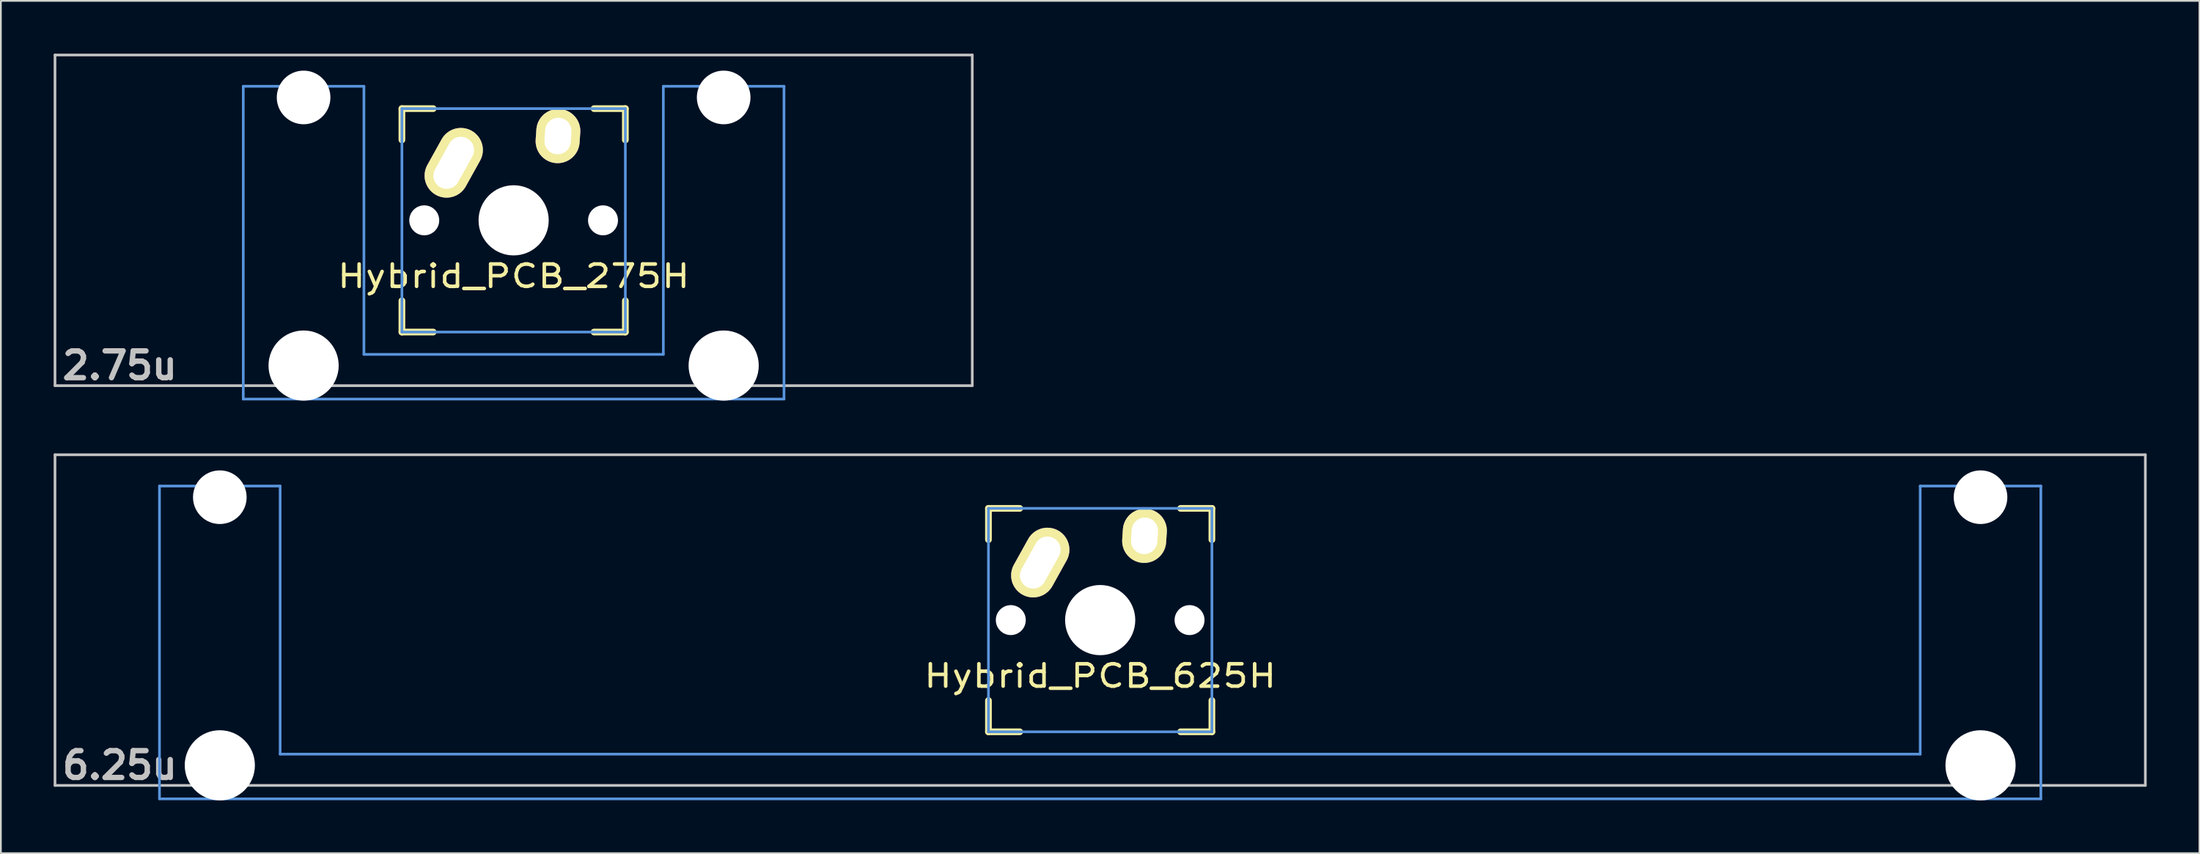
<source format=kicad_pcb>
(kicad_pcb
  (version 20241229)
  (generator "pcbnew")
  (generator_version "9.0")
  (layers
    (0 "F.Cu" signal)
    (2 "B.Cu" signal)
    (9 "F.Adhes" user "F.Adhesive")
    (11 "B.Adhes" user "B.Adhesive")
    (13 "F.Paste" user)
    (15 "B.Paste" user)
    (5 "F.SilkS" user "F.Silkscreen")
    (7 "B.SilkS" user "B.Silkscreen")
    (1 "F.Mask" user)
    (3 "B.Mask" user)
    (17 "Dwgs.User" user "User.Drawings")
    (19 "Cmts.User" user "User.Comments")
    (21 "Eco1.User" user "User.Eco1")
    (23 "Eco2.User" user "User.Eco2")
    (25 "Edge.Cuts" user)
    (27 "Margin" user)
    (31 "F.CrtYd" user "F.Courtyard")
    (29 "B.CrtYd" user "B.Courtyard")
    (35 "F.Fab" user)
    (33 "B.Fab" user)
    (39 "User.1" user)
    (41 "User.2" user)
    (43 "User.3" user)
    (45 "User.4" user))
  (footprint "Hybrid_PCB_625H"
    (layer "F.Cu")
    (at 59.482 32.197)
    (property "Reference" "Hybrid_PCB_625H" (at 0 3.175 0) (layer "F.SilkS") (effects (font (size 1.27 1.524) (thickness 0.203))))
    (attr through_hole)
    (fp_line (start -6.35 -6.35) (end -4.572 -6.35) (stroke (width 0.381) (type solid)) (layer "F.SilkS"))
    (fp_line (start -6.35 -4.572) (end -6.35 -6.35) (stroke (width 0.381) (type solid)) (layer "F.SilkS"))
    (fp_line (start -6.35 6.35) (end -6.35 4.572) (stroke (width 0.381) (type solid)) (layer "F.SilkS"))
    (fp_line (start -4.572 6.35) (end -6.35 6.35) (stroke (width 0.381) (type solid)) (layer "F.SilkS"))
    (fp_line (start 4.572 -6.35) (end 6.35 -6.35) (stroke (width 0.381) (type solid)) (layer "F.SilkS"))
    (fp_line (start 6.35 -6.35) (end 6.35 -4.572) (stroke (width 0.381) (type solid)) (layer "F.SilkS"))
    (fp_line (start 6.35 4.572) (end 6.35 6.35) (stroke (width 0.381) (type solid)) (layer "F.SilkS"))
    (fp_line (start 6.35 6.35) (end 4.572 6.35) (stroke (width 0.381) (type solid)) (layer "F.SilkS"))
    (fp_line (start -59.406 -9.398) (end 59.406 -9.398) (stroke (width 0.152) (type solid)) (layer "Dwgs.User"))
    (fp_line (start -59.406 9.398) (end -59.406 -9.398) (stroke (width 0.152) (type solid)) (layer "Dwgs.User"))
    (fp_line (start 59.406 -9.398) (end 59.406 9.398) (stroke (width 0.152) (type solid)) (layer "Dwgs.User"))
    (fp_line (start 59.406 9.398) (end -59.406 9.398) (stroke (width 0.152) (type solid)) (layer "Dwgs.User"))
    (fp_line (start -53.467 -7.62) (end -53.467 10.16) (stroke (width 0.152) (type solid)) (layer "Cmts.User"))
    (fp_line (start -53.467 10.16) (end 53.467 10.16) (stroke (width 0.152) (type solid)) (layer "Cmts.User"))
    (fp_line (start -46.609 -7.62) (end -53.467 -7.62) (stroke (width 0.152) (type solid)) (layer "Cmts.User"))
    (fp_line (start -46.609 7.62) (end -46.609 -7.62) (stroke (width 0.152) (type solid)) (layer "Cmts.User"))
    (fp_line (start -6.35 -6.35) (end 6.35 -6.35) (stroke (width 0.152) (type solid)) (layer "Cmts.User"))
    (fp_line (start -6.35 6.35) (end -6.35 -6.35) (stroke (width 0.152) (type solid)) (layer "Cmts.User"))
    (fp_line (start 6.35 -6.35) (end 6.35 6.35) (stroke (width 0.152) (type solid)) (layer "Cmts.User"))
    (fp_line (start 6.35 6.35) (end -6.35 6.35) (stroke (width 0.152) (type solid)) (layer "Cmts.User"))
    (fp_line (start 46.609 -7.62) (end 46.609 7.62) (stroke (width 0.152) (type solid)) (layer "Cmts.User"))
    (fp_line (start 46.609 7.62) (end -46.609 7.62) (stroke (width 0.152) (type solid)) (layer "Cmts.User"))
    (fp_line (start 53.467 -7.62) (end 46.609 -7.62) (stroke (width 0.152) (type solid)) (layer "Cmts.User"))
    (fp_line (start 53.467 10.16) (end 53.467 -7.62) (stroke (width 0.152) (type solid)) (layer "Cmts.User"))
    (fp_line (start -54.229 -2.286) (end -53.365 -2.286) (stroke (width 0.152) (type solid)) (layer "Eco2.User"))
    (fp_line (start -54.229 0.508) (end -54.229 -2.286) (stroke (width 0.152) (type solid)) (layer "Eco2.User"))
    (fp_line (start -53.365 -5.69) (end -46.711 -5.69) (stroke (width 0.152) (type solid)) (layer "Eco2.User"))
    (fp_line (start -53.365 -2.286) (end -53.365 -5.69) (stroke (width 0.152) (type solid)) (layer "Eco2.User"))
    (fp_line (start -53.365 0.508) (end -54.229 0.508) (stroke (width 0.152) (type solid)) (layer "Eco2.User"))
    (fp_line (start -53.365 6.604) (end -53.365 0.508) (stroke (width 0.152) (type solid)) (layer "Eco2.User"))
    (fp_line (start -52.324 6.604) (end -53.365 6.604) (stroke (width 0.152) (type solid)) (layer "Eco2.User"))
    (fp_line (start -52.324 7.772) (end -52.324 6.604) (stroke (width 0.152) (type solid)) (layer "Eco2.User"))
    (fp_line (start -47.752 6.604) (end -47.752 7.772) (stroke (width 0.152) (type solid)) (layer "Eco2.User"))
    (fp_line (start -47.752 7.772) (end -52.324 7.772) (stroke (width 0.152) (type solid)) (layer "Eco2.User"))
    (fp_line (start -46.711 -5.69) (end -46.711 -2.286) (stroke (width 0.152) (type solid)) (layer "Eco2.User"))
    (fp_line (start -46.711 -2.286) (end -6.985 -2.286) (stroke (width 0.152) (type solid)) (layer "Eco2.User"))
    (fp_line (start -46.711 2.286) (end -46.711 6.604) (stroke (width 0.152) (type solid)) (layer "Eco2.User"))
    (fp_line (start -46.711 6.604) (end -47.752 6.604) (stroke (width 0.152) (type solid)) (layer "Eco2.User"))
    (fp_line (start -6.985 -6.985) (end 6.985 -6.985) (stroke (width 0.152) (type solid)) (layer "Eco2.User"))
    (fp_line (start -6.985 -2.286) (end -6.985 -6.985) (stroke (width 0.152) (type solid)) (layer "Eco2.User"))
    (fp_line (start -6.985 2.286) (end -46.711 2.286) (stroke (width 0.152) (type solid)) (layer "Eco2.User"))
    (fp_line (start -6.985 6.985) (end -6.985 2.286) (stroke (width 0.152) (type solid)) (layer "Eco2.User"))
    (fp_line (start 6.985 -6.985) (end 6.985 -2.286) (stroke (width 0.152) (type solid)) (layer "Eco2.User"))
    (fp_line (start 6.985 -2.286) (end 46.711 -2.286) (stroke (width 0.152) (type solid)) (layer "Eco2.User"))
    (fp_line (start 6.985 2.286) (end 6.985 6.985) (stroke (width 0.152) (type solid)) (layer "Eco2.User"))
    (fp_line (start 6.985 6.985) (end -6.985 6.985) (stroke (width 0.152) (type solid)) (layer "Eco2.User"))
    (fp_line (start 46.711 -5.69) (end 53.365 -5.69) (stroke (width 0.152) (type solid)) (layer "Eco2.User"))
    (fp_line (start 46.711 -2.286) (end 46.711 -5.69) (stroke (width 0.152) (type solid)) (layer "Eco2.User"))
    (fp_line (start 46.711 2.286) (end 6.985 2.286) (stroke (width 0.152) (type solid)) (layer "Eco2.User"))
    (fp_line (start 46.711 6.604) (end 46.711 2.286) (stroke (width 0.152) (type solid)) (layer "Eco2.User"))
    (fp_line (start 47.752 6.604) (end 46.711 6.604) (stroke (width 0.152) (type solid)) (layer "Eco2.User"))
    (fp_line (start 47.752 7.772) (end 47.752 6.604) (stroke (width 0.152) (type solid)) (layer "Eco2.User"))
    (fp_line (start 52.324 6.604) (end 52.324 7.772) (stroke (width 0.152) (type solid)) (layer "Eco2.User"))
    (fp_line (start 52.324 7.772) (end 47.752 7.772) (stroke (width 0.152) (type solid)) (layer "Eco2.User"))
    (fp_line (start 53.365 -5.69) (end 53.365 -2.286) (stroke (width 0.152) (type solid)) (layer "Eco2.User"))
    (fp_line (start 53.365 -2.286) (end 54.229 -2.286) (stroke (width 0.152) (type solid)) (layer "Eco2.User"))
    (fp_line (start 53.365 0.508) (end 53.365 6.604) (stroke (width 0.152) (type solid)) (layer "Eco2.User"))
    (fp_line (start 53.365 6.604) (end 52.324 6.604) (stroke (width 0.152) (type solid)) (layer "Eco2.User"))
    (fp_line (start 54.229 -2.286) (end 54.229 0.508) (stroke (width 0.152) (type solid)) (layer "Eco2.User"))
    (fp_line (start 54.229 0.508) (end 53.365 0.508) (stroke (width 0.152) (type solid)) (layer "Eco2.User"))
    (fp_text user "6.25u" (at -55.723 8.255 0) (layer "Dwgs.User") (effects (font (size 1.524 1.524) (thickness 0.305))))
    (pad "" np_thru_hole circle (at -50.038 -6.985) (size 3.048 3.048) (drill 3.048) (layers "*.Cu"))
    (pad "" np_thru_hole circle (at -50.038 8.255) (size 3.988 3.988) (drill 3.988) (layers "*.Cu"))
    (pad "" np_thru_hole circle (at -5.08 0) (size 1.702 1.702) (drill 1.702) (layers "*.Cu"))
    (pad "" np_thru_hole circle (at 0 0) (size 3.988 3.988) (drill 3.988) (layers "*.Cu"))
    (pad "" np_thru_hole circle (at 5.08 0) (size 1.702 1.702) (drill 1.702) (layers "*.Cu"))
    (pad "" np_thru_hole circle (at 50.038 -6.985) (size 3.048 3.048) (drill 3.048) (layers "*.Cu"))
    (pad "" np_thru_hole circle (at 50.038 8.255) (size 3.988 3.988) (drill 3.988) (layers "*.Cu"))
    (pad "1" thru_hole oval (at -3.405 -3.27 330.95) (size 2.5 4.17) (drill oval 1.5 3.17) (layers "*.Cu" "*.Mask" "F.SilkS"))
    (pad "2" thru_hole oval (at 2.52 -4.79 356.1) (size 2.5 3.08) (drill oval 1.5 2.08) (layers "*.Cu" "*.Mask" "F.SilkS")))
  (footprint "Hybrid_PCB_275H"
    (layer "F.Cu")
    (at 26.144 9.474)
    (property "Reference" "Hybrid_PCB_275H" (at 0 3.175 0) (layer "F.SilkS") (effects (font (size 1.27 1.524) (thickness 0.203))))
    (attr through_hole)
    (fp_line (start -6.35 -6.35) (end -4.572 -6.35) (stroke (width 0.381) (type solid)) (layer "F.SilkS"))
    (fp_line (start -6.35 -4.572) (end -6.35 -6.35) (stroke (width 0.381) (type solid)) (layer "F.SilkS"))
    (fp_line (start -6.35 6.35) (end -6.35 4.572) (stroke (width 0.381) (type solid)) (layer "F.SilkS"))
    (fp_line (start -4.572 6.35) (end -6.35 6.35) (stroke (width 0.381) (type solid)) (layer "F.SilkS"))
    (fp_line (start 4.572 -6.35) (end 6.35 -6.35) (stroke (width 0.381) (type solid)) (layer "F.SilkS"))
    (fp_line (start 6.35 -6.35) (end 6.35 -4.572) (stroke (width 0.381) (type solid)) (layer "F.SilkS"))
    (fp_line (start 6.35 4.572) (end 6.35 6.35) (stroke (width 0.381) (type solid)) (layer "F.SilkS"))
    (fp_line (start 6.35 6.35) (end 4.572 6.35) (stroke (width 0.381) (type solid)) (layer "F.SilkS"))
    (fp_line (start -26.068 -9.398) (end 26.068 -9.398) (stroke (width 0.152) (type solid)) (layer "Dwgs.User"))
    (fp_line (start -26.068 9.398) (end -26.068 -9.398) (stroke (width 0.152) (type solid)) (layer "Dwgs.User"))
    (fp_line (start 26.068 -9.398) (end 26.068 9.398) (stroke (width 0.152) (type solid)) (layer "Dwgs.User"))
    (fp_line (start 26.068 9.398) (end -26.068 9.398) (stroke (width 0.152) (type solid)) (layer "Dwgs.User"))
    (fp_line (start -15.367 -7.62) (end -15.367 10.16) (stroke (width 0.152) (type solid)) (layer "Cmts.User"))
    (fp_line (start -15.367 10.16) (end 15.367 10.16) (stroke (width 0.152) (type solid)) (layer "Cmts.User"))
    (fp_line (start -8.509 -7.62) (end -15.367 -7.62) (stroke (width 0.152) (type solid)) (layer "Cmts.User"))
    (fp_line (start -8.509 7.62) (end -8.509 -7.62) (stroke (width 0.152) (type solid)) (layer "Cmts.User"))
    (fp_line (start -6.35 -6.35) (end 6.35 -6.35) (stroke (width 0.152) (type solid)) (layer "Cmts.User"))
    (fp_line (start -6.35 6.35) (end -6.35 -6.35) (stroke (width 0.152) (type solid)) (layer "Cmts.User"))
    (fp_line (start 6.35 -6.35) (end 6.35 6.35) (stroke (width 0.152) (type solid)) (layer "Cmts.User"))
    (fp_line (start 6.35 6.35) (end -6.35 6.35) (stroke (width 0.152) (type solid)) (layer "Cmts.User"))
    (fp_line (start 8.509 -7.62) (end 8.509 7.62) (stroke (width 0.152) (type solid)) (layer "Cmts.User"))
    (fp_line (start 8.509 7.62) (end -8.509 7.62) (stroke (width 0.152) (type solid)) (layer "Cmts.User"))
    (fp_line (start 15.367 -7.62) (end 8.509 -7.62) (stroke (width 0.152) (type solid)) (layer "Cmts.User"))
    (fp_line (start 15.367 10.16) (end 15.367 -7.62) (stroke (width 0.152) (type solid)) (layer "Cmts.User"))
    (fp_line (start -16.129 -2.286) (end -15.265 -2.286) (stroke (width 0.152) (type solid)) (layer "Eco2.User"))
    (fp_line (start -16.129 0.508) (end -16.129 -2.286) (stroke (width 0.152) (type solid)) (layer "Eco2.User"))
    (fp_line (start -15.265 -5.69) (end -8.611 -5.69) (stroke (width 0.152) (type solid)) (layer "Eco2.User"))
    (fp_line (start -15.265 -2.286) (end -15.265 -5.69) (stroke (width 0.152) (type solid)) (layer "Eco2.User"))
    (fp_line (start -15.265 0.508) (end -16.129 0.508) (stroke (width 0.152) (type solid)) (layer "Eco2.User"))
    (fp_line (start -15.265 6.604) (end -15.265 0.508) (stroke (width 0.152) (type solid)) (layer "Eco2.User"))
    (fp_line (start -14.224 6.604) (end -15.265 6.604) (stroke (width 0.152) (type solid)) (layer "Eco2.User"))
    (fp_line (start -14.224 7.772) (end -14.224 6.604) (stroke (width 0.152) (type solid)) (layer "Eco2.User"))
    (fp_line (start -9.652 6.604) (end -9.652 7.772) (stroke (width 0.152) (type solid)) (layer "Eco2.User"))
    (fp_line (start -9.652 7.772) (end -14.224 7.772) (stroke (width 0.152) (type solid)) (layer "Eco2.User"))
    (fp_line (start -8.611 -5.69) (end -8.611 -4.877) (stroke (width 0.152) (type solid)) (layer "Eco2.User"))
    (fp_line (start -8.611 -4.877) (end -6.985 -4.877) (stroke (width 0.152) (type solid)) (layer "Eco2.User"))
    (fp_line (start -8.611 5.817) (end -8.611 6.604) (stroke (width 0.152) (type solid)) (layer "Eco2.User"))
    (fp_line (start -8.611 6.604) (end -9.652 6.604) (stroke (width 0.152) (type solid)) (layer "Eco2.User"))
    (fp_line (start -6.985 -6.985) (end 6.985 -6.985) (stroke (width 0.152) (type solid)) (layer "Eco2.User"))
    (fp_line (start -6.985 -4.877) (end -6.985 -6.985) (stroke (width 0.152) (type solid)) (layer "Eco2.User"))
    (fp_line (start -6.985 5.817) (end -8.611 5.817) (stroke (width 0.152) (type solid)) (layer "Eco2.User"))
    (fp_line (start -6.985 6.985) (end -6.985 5.817) (stroke (width 0.152) (type solid)) (layer "Eco2.User"))
    (fp_line (start 6.985 -6.985) (end 6.985 -4.877) (stroke (width 0.152) (type solid)) (layer "Eco2.User"))
    (fp_line (start 6.985 -4.877) (end 8.611 -4.877) (stroke (width 0.152) (type solid)) (layer "Eco2.User"))
    (fp_line (start 6.985 5.817) (end 6.985 6.985) (stroke (width 0.152) (type solid)) (layer "Eco2.User"))
    (fp_line (start 6.985 6.985) (end -6.985 6.985) (stroke (width 0.152) (type solid)) (layer "Eco2.User"))
    (fp_line (start 8.611 -5.69) (end 15.265 -5.69) (stroke (width 0.152) (type solid)) (layer "Eco2.User"))
    (fp_line (start 8.611 -4.877) (end 8.611 -5.69) (stroke (width 0.152) (type solid)) (layer "Eco2.User"))
    (fp_line (start 8.611 5.817) (end 6.985 5.817) (stroke (width 0.152) (type solid)) (layer "Eco2.User"))
    (fp_line (start 8.611 6.604) (end 8.611 5.817) (stroke (width 0.152) (type solid)) (layer "Eco2.User"))
    (fp_line (start 9.652 6.604) (end 8.611 6.604) (stroke (width 0.152) (type solid)) (layer "Eco2.User"))
    (fp_line (start 9.652 7.772) (end 9.652 6.604) (stroke (width 0.152) (type solid)) (layer "Eco2.User"))
    (fp_line (start 14.224 6.604) (end 14.224 7.772) (stroke (width 0.152) (type solid)) (layer "Eco2.User"))
    (fp_line (start 14.224 7.772) (end 9.652 7.772) (stroke (width 0.152) (type solid)) (layer "Eco2.User"))
    (fp_line (start 15.265 -5.69) (end 15.265 -2.286) (stroke (width 0.152) (type solid)) (layer "Eco2.User"))
    (fp_line (start 15.265 -2.286) (end 16.129 -2.286) (stroke (width 0.152) (type solid)) (layer "Eco2.User"))
    (fp_line (start 15.265 0.508) (end 15.265 6.604) (stroke (width 0.152) (type solid)) (layer "Eco2.User"))
    (fp_line (start 15.265 6.604) (end 14.224 6.604) (stroke (width 0.152) (type solid)) (layer "Eco2.User"))
    (fp_line (start 16.129 -2.286) (end 16.129 0.508) (stroke (width 0.152) (type solid)) (layer "Eco2.User"))
    (fp_line (start 16.129 0.508) (end 15.265 0.508) (stroke (width 0.152) (type solid)) (layer "Eco2.User"))
    (fp_text user "2.75u" (at -22.385 8.255 0) (layer "Dwgs.User") (effects (font (size 1.524 1.524) (thickness 0.305))))
    (pad "" np_thru_hole circle (at -11.938 -6.985) (size 3.048 3.048) (drill 3.048) (layers "*.Cu"))
    (pad "" np_thru_hole circle (at -11.938 8.255) (size 3.988 3.988) (drill 3.988) (layers "*.Cu"))
    (pad "" np_thru_hole circle (at -5.08 0) (size 1.702 1.702) (drill 1.702) (layers "*.Cu"))
    (pad "" np_thru_hole circle (at 0 0) (size 3.988 3.988) (drill 3.988) (layers "*.Cu"))
    (pad "" np_thru_hole circle (at 5.08 0) (size 1.702 1.702) (drill 1.702) (layers "*.Cu"))
    (pad "" np_thru_hole circle (at 11.938 -6.985) (size 3.048 3.048) (drill 3.048) (layers "*.Cu"))
    (pad "" np_thru_hole circle (at 11.938 8.255) (size 3.988 3.988) (drill 3.988) (layers "*.Cu"))
    (pad "1" thru_hole oval (at -3.405 -3.27 330.95) (size 2.5 4.17) (drill oval 1.5 3.17) (layers "*.Cu" "*.Mask" "F.SilkS"))
    (pad "2" thru_hole oval (at 2.52 -4.79 356.1) (size 2.5 3.08) (drill oval 1.5 2.08) (layers "*.Cu" "*.Mask" "F.SilkS")))
  (gr_rect
    (start -3 -3)
    (end 121.963 45.446)
    (stroke (width 0.1) (type default))
    (fill no)
    (layer "Edge.Cuts")))
</source>
